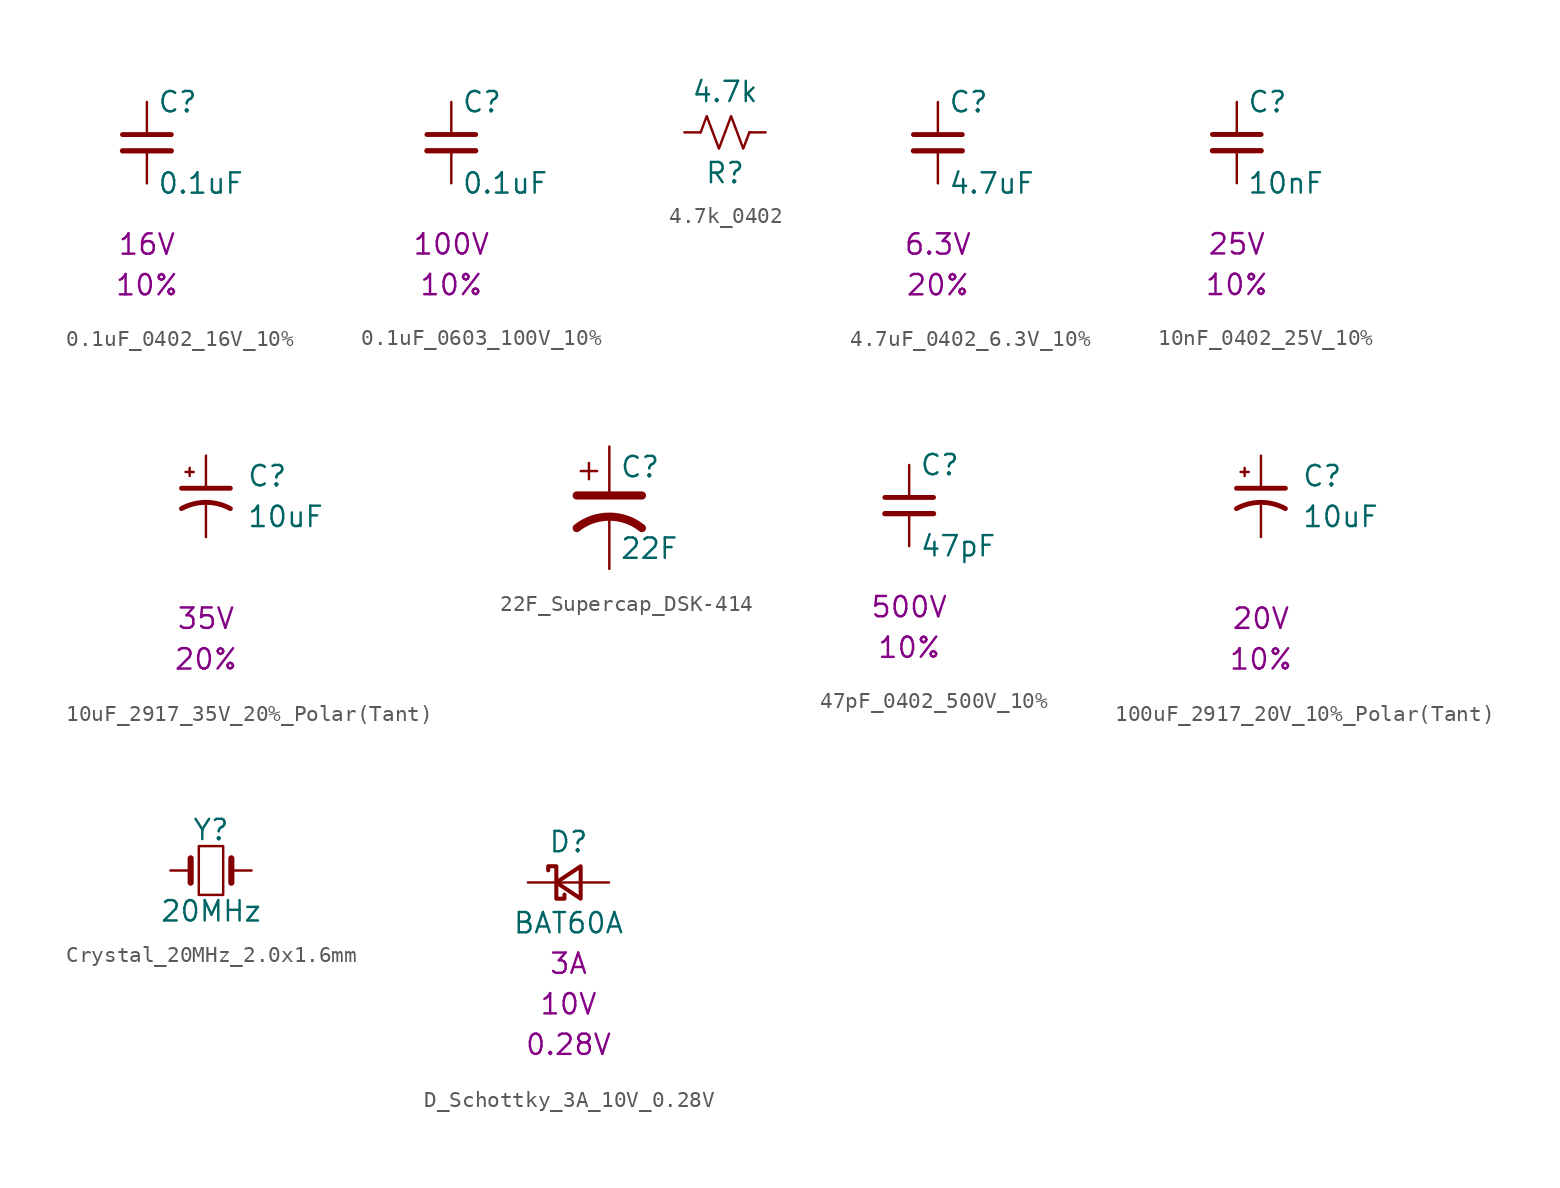
<source format=kicad_sym>
(kicad_symbol_lib
  (version 20241209)
  (generator "kicad_symbol_editor")
  (generator_version "9.0")
  (symbol "0.1uF_0402_16V_10%"
    (pin_numbers
      (hide yes))
    (pin_names
      (offset 0.254))
    (property "Reference" "C"
      (at 0.635 2.54 0)
      (effects (font (size 1.27 1.27)) (justify left)))
    (property "Value" "0.1uF"
      (at 0.635 -2.54 0)
      (effects (font (size 1.27 1.27)) (justify left)))
    (property "Voltage" "16V"
      (at 0 -6.35 0)
      (effects (font (size 1.27 1.27))))
    (property "Tolerance" "10%"
      (at 0 -8.89 0)
      (effects (font (size 1.27 1.27))))
    (symbol "0.1uF_0402_16V_10%_0_1"
      (polyline (pts (xy -1.524 0.508) (xy 1.524 0.508)) (stroke (width 0.305) (type default)) (fill (type none)))
      (polyline (pts (xy -1.524 -0.508) (xy 1.524 -0.508)) (stroke (width 0.33) (type default)) (fill (type none))))
    (symbol "0.1uF_0402_16V_10%_1_1"
      (pin passive line (at 0 2.54 270) (length 2.032) (name "~" (effects (font (size 1.27 1.27)))) (number "1" (effects (font (size 1.27 1.27)))))
      (pin passive line (at 0 -2.54 90) (length 2.032) (name "~" (effects (font (size 1.27 1.27)))) (number "2" (effects (font (size 1.27 1.27)))))))
  (symbol "0.1uF_0603_100V_10%"
    (pin_numbers
      (hide yes))
    (pin_names
      (offset 0.254))
    (property "Reference" "C"
      (at 0.635 2.54 0)
      (effects (font (size 1.27 1.27)) (justify left)))
    (property "Value" "0.1uF"
      (at 0.635 -2.54 0)
      (effects (font (size 1.27 1.27)) (justify left)))
    (property "Voltage" "100V"
      (at 0 -6.35 0)
      (effects (font (size 1.27 1.27))))
    (property "Tolerance" "10%"
      (at 0 -8.89 0)
      (effects (font (size 1.27 1.27))))
    (symbol "0.1uF_0603_100V_10%_0_1"
      (polyline (pts (xy -1.524 0.508) (xy 1.524 0.508)) (stroke (width 0.305) (type default)) (fill (type none)))
      (polyline (pts (xy -1.524 -0.508) (xy 1.524 -0.508)) (stroke (width 0.33) (type default)) (fill (type none))))
    (symbol "0.1uF_0603_100V_10%_1_1"
      (pin passive line (at 0 2.54 270) (length 2.032) (name "~" (effects (font (size 1.27 1.27)))) (number "1" (effects (font (size 1.27 1.27)))))
      (pin passive line (at 0 -2.54 90) (length 2.032) (name "~" (effects (font (size 1.27 1.27)))) (number "2" (effects (font (size 1.27 1.27)))))))
  (symbol "4.7k_0402"
    (pin_numbers
      (hide yes))
    (pin_names
      (offset 0))
    (property "Reference" "R"
      (at 0 -2.54 0)
      (effects (font (size 1.27 1.27))))
    (property "Value" "4.7k"
      (at 0 2.54 0)
      (effects (font (size 1.27 1.27))))
    (symbol "4.7k_0402_0_1"
      (polyline (pts (xy -1.524 0) (xy -1.143 1.016) (xy -0.762 0) (xy -0.381 -1.016) (xy 0 0)) (stroke (width 0) (type default)) (fill (type none)))
      (polyline (pts (xy 0 0) (xy 0.381 1.016) (xy 0.762 0) (xy 1.143 -1.016) (xy 1.524 0)) (stroke (width 0) (type default)) (fill (type none))))
    (symbol "4.7k_0402_1_1"
      (pin passive line (at -2.54 0 0) (length 1.016) (name "~" (effects (font (size 1.27 1.27)))) (number "1" (effects (font (size 1.27 1.27)))))
      (pin passive line (at 2.54 0 180) (length 1.016) (name "~" (effects (font (size 1.27 1.27)))) (number "2" (effects (font (size 1.27 1.27)))))))
  (symbol "4.7uF_0402_6.3V_10%"
    (pin_numbers
      (hide yes))
    (pin_names
      (offset 0.254))
    (property "Reference" "C"
      (at 0.635 2.54 0)
      (effects (font (size 1.27 1.27)) (justify left)))
    (property "Value" "4.7uF"
      (at 0.635 -2.54 0)
      (effects (font (size 1.27 1.27)) (justify left)))
    (property "Voltage" "6.3V"
      (at 0 -6.35 0)
      (effects (font (size 1.27 1.27))))
    (property "Tolerance" "20%"
      (at 0 -8.89 0)
      (effects (font (size 1.27 1.27))))
    (symbol "4.7uF_0402_6.3V_10%_0_1"
      (polyline (pts (xy -1.524 0.508) (xy 1.524 0.508)) (stroke (width 0.305) (type default)) (fill (type none)))
      (polyline (pts (xy -1.524 -0.508) (xy 1.524 -0.508)) (stroke (width 0.33) (type default)) (fill (type none))))
    (symbol "4.7uF_0402_6.3V_10%_1_1"
      (pin passive line (at 0 2.54 270) (length 2.032) (name "~" (effects (font (size 1.27 1.27)))) (number "1" (effects (font (size 1.27 1.27)))))
      (pin passive line (at 0 -2.54 90) (length 2.032) (name "~" (effects (font (size 1.27 1.27)))) (number "2" (effects (font (size 1.27 1.27)))))))
  (symbol "10nF_0402_25V_10%"
    (pin_numbers
      (hide yes))
    (pin_names
      (offset 0.254))
    (property "Reference" "C"
      (at 0.635 2.54 0)
      (effects (font (size 1.27 1.27)) (justify left)))
    (property "Value" "10nF"
      (at 0.635 -2.54 0)
      (effects (font (size 1.27 1.27)) (justify left)))
    (property "Voltage" "25V"
      (at 0 -6.35 0)
      (effects (font (size 1.27 1.27))))
    (property "Tolerance" "10%"
      (at 0 -8.89 0)
      (effects (font (size 1.27 1.27))))
    (symbol "10nF_0402_25V_10%_0_1"
      (polyline (pts (xy -1.524 0.508) (xy 1.524 0.508)) (stroke (width 0.305) (type default)) (fill (type none)))
      (polyline (pts (xy -1.524 -0.508) (xy 1.524 -0.508)) (stroke (width 0.33) (type default)) (fill (type none))))
    (symbol "10nF_0402_25V_10%_1_1"
      (pin passive line (at 0 2.54 270) (length 2.032) (name "~" (effects (font (size 1.27 1.27)))) (number "1" (effects (font (size 1.27 1.27)))))
      (pin passive line (at 0 -2.54 90) (length 2.032) (name "~" (effects (font (size 1.27 1.27)))) (number "2" (effects (font (size 1.27 1.27)))))))
  (symbol "10uF_2917_35V_20%_Polar(Tant)"
    (pin_numbers
      (hide yes))
    (pin_names
      (offset 0.254)
      (hide yes))
    (property "Reference" "C"
      (at 2.54 1.27 0)
      (effects (font (size 1.27 1.27)) (justify left)))
    (property "Value" "10uF"
      (at 2.54 -1.27 0)
      (effects (font (size 1.27 1.27)) (justify left)))
    (property "Voltage" "35V"
      (at 0 -7.62 0)
      (effects (font (size 1.27 1.27))))
    (property "Tolerance" "20%"
      (at 0 -10.16 0)
      (effects (font (size 1.27 1.27))))
    (symbol "10uF_2917_35V_20%_Polar(Tant)_0_1"
      (polyline (pts (xy -1.524 0.508) (xy 1.524 0.508)) (stroke (width 0.305) (type default)) (fill (type none)))
      (polyline (pts (xy -1.27 1.524) (xy -0.762 1.524)) (stroke (width 0) (type default)) (fill (type none)))
      (polyline (pts (xy -1.016 1.27) (xy -1.016 1.778)) (stroke (width 0) (type default)) (fill (type none)))
      (arc (start -1.524 -0.762) (mid 0 -0.3734) (end 1.524 -0.762) (stroke (width 0.3048) (type default)) (fill (type none))))
    (symbol "10uF_2917_35V_20%_Polar(Tant)_1_1"
      (pin passive line (at 0 2.54 270) (length 2.032) (name "~" (effects (font (size 1.27 1.27)))) (number "1" (effects (font (size 1.27 1.27)))))
      (pin passive line (at 0 -2.54 90) (length 2.032) (name "~" (effects (font (size 1.27 1.27)))) (number "2" (effects (font (size 1.27 1.27)))))))
  (symbol "22F_Supercap_DSK-414"
    (pin_numbers
      (hide yes))
    (pin_names
      (offset 0.254)
      (hide yes))
    (property "Reference" "C"
      (at 0.635 2.54 0)
      (effects (font (size 1.27 1.27)) (justify left)))
    (property "Value" "22F"
      (at 0.635 -2.54 0)
      (effects (font (size 1.27 1.27)) (justify left)))
    (symbol "22F_Supercap_DSK-414_0_1"
      (polyline (pts (xy -2.032 0.762) (xy 2.032 0.762)) (stroke (width 0.508) (type default)) (fill (type none)))
      (polyline (pts (xy -1.778 2.286) (xy -0.762 2.286)) (stroke (width 0) (type default)) (fill (type none)))
      (polyline (pts (xy -1.27 1.778) (xy -1.27 2.794)) (stroke (width 0) (type default)) (fill (type none)))
      (arc (start -2.032 -1.27) (mid 0 -0.5572) (end 2.032 -1.27) (stroke (width 0.508) (type default)) (fill (type none))))
    (symbol "22F_Supercap_DSK-414_1_1"
      (pin passive line (at 0 3.81 270) (length 2.794) (name "~" (effects (font (size 1.27 1.27)))) (number "1" (effects (font (size 1.27 1.27)))))
      (pin passive line (at 0 -3.81 90) (length 3.302) (name "~" (effects (font (size 1.27 1.27)))) (number "2" (effects (font (size 1.27 1.27)))))))
  (symbol "47pF_0402_500V_10%"
    (pin_numbers
      (hide yes))
    (pin_names
      (offset 0.254))
    (property "Reference" "C"
      (at 0.635 2.54 0)
      (effects (font (size 1.27 1.27)) (justify left)))
    (property "Value" "47pF"
      (at 0.635 -2.54 0)
      (effects (font (size 1.27 1.27)) (justify left)))
    (property "Voltage" "500V"
      (at 0 -6.35 0)
      (effects (font (size 1.27 1.27))))
    (property "Tolerance" "10%"
      (at 0 -8.89 0)
      (effects (font (size 1.27 1.27))))
    (symbol "47pF_0402_500V_10%_0_1"
      (polyline (pts (xy -1.524 0.508) (xy 1.524 0.508)) (stroke (width 0.305) (type default)) (fill (type none)))
      (polyline (pts (xy -1.524 -0.508) (xy 1.524 -0.508)) (stroke (width 0.33) (type default)) (fill (type none))))
    (symbol "47pF_0402_500V_10%_1_1"
      (pin passive line (at 0 2.54 270) (length 2.032) (name "~" (effects (font (size 1.27 1.27)))) (number "1" (effects (font (size 1.27 1.27)))))
      (pin passive line (at 0 -2.54 90) (length 2.032) (name "~" (effects (font (size 1.27 1.27)))) (number "2" (effects (font (size 1.27 1.27)))))))
  (symbol "100uF_2917_20V_10%_Polar(Tant)"
    (pin_numbers
      (hide yes))
    (pin_names
      (offset 0.254)
      (hide yes))
    (property "Reference" "C"
      (at 2.54 1.27 0)
      (effects (font (size 1.27 1.27)) (justify left)))
    (property "Value" "10uF"
      (at 2.54 -1.27 0)
      (effects (font (size 1.27 1.27)) (justify left)))
    (property "Voltage" "20V"
      (at 0 -7.62 0)
      (effects (font (size 1.27 1.27))))
    (property "Tolerance" "10%"
      (at 0 -10.16 0)
      (effects (font (size 1.27 1.27))))
    (symbol "100uF_2917_20V_10%_Polar(Tant)_0_1"
      (polyline (pts (xy -1.524 0.508) (xy 1.524 0.508)) (stroke (width 0.305) (type default)) (fill (type none)))
      (polyline (pts (xy -1.27 1.524) (xy -0.762 1.524)) (stroke (width 0) (type default)) (fill (type none)))
      (polyline (pts (xy -1.016 1.27) (xy -1.016 1.778)) (stroke (width 0) (type default)) (fill (type none)))
      (arc (start -1.524 -0.762) (mid 0 -0.3734) (end 1.524 -0.762) (stroke (width 0.3048) (type default)) (fill (type none))))
    (symbol "100uF_2917_20V_10%_Polar(Tant)_1_1"
      (pin passive line (at 0 2.54 270) (length 2.032) (name "~" (effects (font (size 1.27 1.27)))) (number "1" (effects (font (size 1.27 1.27)))))
      (pin passive line (at 0 -2.54 90) (length 2.032) (name "~" (effects (font (size 1.27 1.27)))) (number "2" (effects (font (size 1.27 1.27)))))))
  (symbol "Crystal_20MHz_2.0x1.6mm"
    (pin_numbers
      (hide yes))
    (pin_names
      (offset 1.016)
      (hide yes))
    (property "Reference" "Y"
      (at 0 2.54 0)
      (effects (font (size 1.27 1.27))))
    (property "Value" "20MHz"
      (at 0 -2.54 0)
      (effects (font (size 1.27 1.27))))
    (symbol "Crystal_20MHz_2.0x1.6mm_0_1"
      (polyline (pts (xy -1.27 -0.762) (xy -1.27 0.762)) (stroke (width 0.381) (type default)) (fill (type none)))
      (rectangle (start -0.762 -1.524) (end 0.762 1.524) (stroke (width 0) (type default)) (fill (type none)))
      (polyline (pts (xy 1.27 -0.762) (xy 1.27 0.762)) (stroke (width 0.381) (type default)) (fill (type none))))
    (symbol "Crystal_20MHz_2.0x1.6mm_1_1"
      (pin passive line (at -2.54 0 0) (length 1.27) (name "1" (effects (font (size 1.27 1.27)))) (number "1" (effects (font (size 1.27 1.27)))))
      (pin passive line (at 2.54 0 180) (length 1.27) (name "2" (effects (font (size 1.27 1.27)))) (number "2" (effects (font (size 1.27 1.27)))))))
  (symbol "D_Schottky_3A_10V_0.28V"
    (pin_numbers
      (hide yes))
    (pin_names
      (offset 1.016)
      (hide yes))
    (property "Reference" "D"
      (at 0 2.54 0)
      (effects (font (size 1.27 1.27))))
    (property "Value" "BAT60A"
      (at 0 -2.54 0)
      (effects (font (size 1.27 1.27))))
    (property "IMax" "3A"
      (at 0 -5.08 0)
      (effects (font (size 1.27 1.27))))
    (property "VDrop" "0.28V"
      (at 0 -10.16 0)
      (effects (font (size 1.27 1.27))))
    (property "VMax" "10V"
      (at 0 -7.62 0)
      (effects (font (size 1.27 1.27))))
    (symbol "D_Schottky_3A_10V_0.28V_0_1"
      (polyline (pts (xy -1.27 0.762) (xy -1.27 1.016) (xy -0.762 1.016) (xy -0.762 -1.016) (xy -0.254 -1.016) (xy -0.254 -0.762)) (stroke (width 0.254) (type default)) (fill (type none)))
      (polyline (pts (xy -0.762 0) (xy 0.762 0)) (stroke (width 0) (type default)) (fill (type none)))
      (polyline (pts (xy 0.762 -1.016) (xy -0.762 0) (xy 0.762 1.016) (xy 0.762 -1.016)) (stroke (width 0.254) (type default)) (fill (type none))))
    (symbol "D_Schottky_3A_10V_0.28V_1_1"
      (pin passive line (at -2.54 0 0) (length 1.778) (name "K" (effects (font (size 1.27 1.27)))) (number "1" (effects (font (size 1.27 1.27)))))
      (pin passive line (at 2.54 0 180) (length 1.778) (name "A" (effects (font (size 1.27 1.27)))) (number "2" (effects (font (size 1.27 1.27))))))))
</source>
